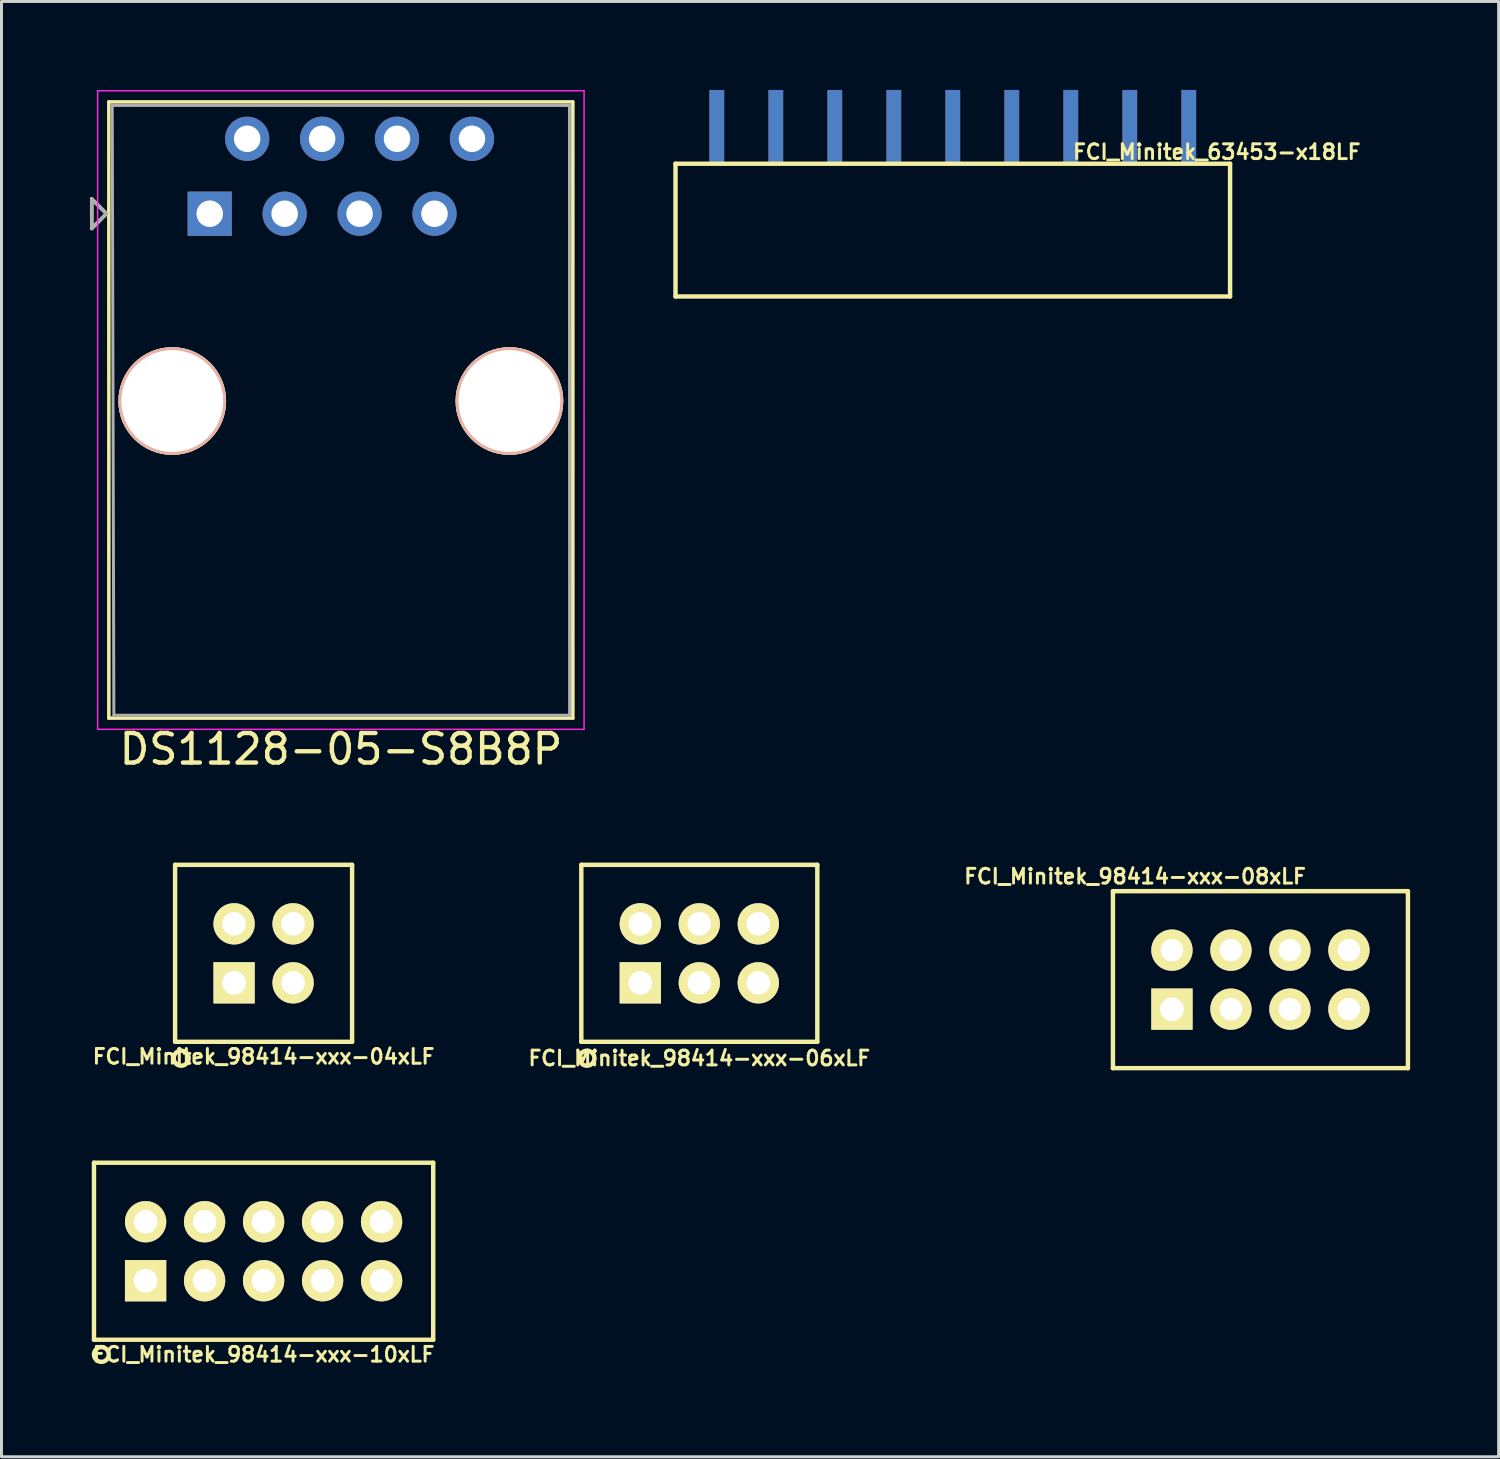
<source format=kicad_pcb>
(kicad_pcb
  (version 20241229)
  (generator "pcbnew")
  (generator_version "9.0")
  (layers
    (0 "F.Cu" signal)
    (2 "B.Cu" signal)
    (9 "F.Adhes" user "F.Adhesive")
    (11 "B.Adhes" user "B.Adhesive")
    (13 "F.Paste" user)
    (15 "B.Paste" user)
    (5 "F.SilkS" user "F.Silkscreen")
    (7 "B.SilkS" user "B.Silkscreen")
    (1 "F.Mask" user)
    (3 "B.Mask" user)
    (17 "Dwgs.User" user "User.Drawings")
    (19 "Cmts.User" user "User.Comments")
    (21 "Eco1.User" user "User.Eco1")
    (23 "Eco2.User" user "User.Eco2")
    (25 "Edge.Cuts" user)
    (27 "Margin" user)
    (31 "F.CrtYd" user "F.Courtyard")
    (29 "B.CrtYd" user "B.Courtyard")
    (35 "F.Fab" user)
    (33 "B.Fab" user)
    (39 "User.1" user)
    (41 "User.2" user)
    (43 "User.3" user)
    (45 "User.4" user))
  (footprint "DS1128-05-S8B8P"
    (layer "F.Cu")
    (at 4.06 4.195)
    (property "Reference" "DS1128-05-S8B8P" (at 4.45 18.15 0) (layer "F.SilkS") (effects (font (size 1 1) (thickness 0.15))))
    (attr through_hole)
    (fp_line (start -4 -0.5) (end -4 0.5) (stroke (width 0.12) (type solid)) (layer "F.SilkS"))
    (fp_line (start -4 0.5) (end -3.5 0) (stroke (width 0.12) (type solid)) (layer "F.SilkS"))
    (fp_line (start -3.5 0) (end -4 -0.5) (stroke (width 0.12) (type solid)) (layer "F.SilkS"))
    (fp_line (start -3.42 -3.79) (end -3.42 17.1) (stroke (width 0.12) (type solid)) (layer "F.SilkS"))
    (fp_line (start 12.3 -3.79) (end -3.42 -3.79) (stroke (width 0.12) (type solid)) (layer "F.SilkS"))
    (fp_line (start 12.31 -3.79) (end 12.31 17.1) (stroke (width 0.12) (type solid)) (layer "F.SilkS"))
    (fp_line (start 12.31 17.1) (end -3.42 17.1) (stroke (width 0.12) (type solid)) (layer "F.SilkS"))
    (fp_line (start -3.8 -4.17) (end -3.8 17.48) (stroke (width 0.05) (type solid)) (layer "F.CrtYd"))
    (fp_line (start -3.8 -4.17) (end 12.69 -4.17) (stroke (width 0.05) (type solid)) (layer "F.CrtYd"))
    (fp_line (start -3.8 17.48) (end 12.69 17.48) (stroke (width 0.05) (type solid)) (layer "F.CrtYd"))
    (fp_line (start 12.69 -4.17) (end 12.69 17.48) (stroke (width 0.05) (type solid)) (layer "F.CrtYd"))
    (fp_line (start -4 -0.5) (end -4 0.5) (stroke (width 0.12) (type solid)) (layer "F.Fab"))
    (fp_line (start -4 0.5) (end -3.5 0) (stroke (width 0.12) (type solid)) (layer "F.Fab"))
    (fp_line (start -3.5 0) (end -4 -0.5) (stroke (width 0.12) (type solid)) (layer "F.Fab"))
    (fp_line (start -3.305 -3.67) (end -3.25 17) (stroke (width 0.1) (type solid)) (layer "F.Fab"))
    (fp_line (start 12.195 -3.67) (end -3.305 -3.67) (stroke (width 0.1) (type solid)) (layer "F.Fab"))
    (fp_line (start 12.195 -3.67) (end 12.2 17) (stroke (width 0.1) (type solid)) (layer "F.Fab"))
    (fp_line (start 12.2 17) (end -3.25 17) (stroke (width 0.1) (type solid)) (layer "F.Fab"))
    (pad "" np_thru_hole circle (at -1.27 6.35) (size 3.65 3.65) (drill 3.45) (layers "*.Cu" "*.SilkS" "*.Mask"))
    (pad "" np_thru_hole circle (at 10.16 6.35) (size 3.65 3.65) (drill 3.45) (layers "*.Cu" "*.SilkS" "*.Mask"))
    (pad "1" thru_hole rect (at 0 0) (size 1.5 1.5) (drill 0.9) (layers "*.Cu" "*.Mask"))
    (pad "2" thru_hole circle (at 1.27 -2.54) (size 1.5 1.5) (drill 0.9) (layers "*.Cu" "*.Mask"))
    (pad "3" thru_hole circle (at 2.54 0) (size 1.5 1.5) (drill 0.9) (layers "*.Cu" "*.Mask"))
    (pad "4" thru_hole circle (at 3.81 -2.54) (size 1.5 1.5) (drill 0.9) (layers "*.Cu" "*.Mask"))
    (pad "5" thru_hole circle (at 5.08 0) (size 1.5 1.5) (drill 0.9) (layers "*.Cu" "*.Mask"))
    (pad "6" thru_hole circle (at 6.35 -2.54) (size 1.5 1.5) (drill 0.9) (layers "*.Cu" "*.Mask"))
    (pad "7" thru_hole circle (at 7.62 0) (size 1.5 1.5) (drill 0.9) (layers "*.Cu" "*.Mask"))
    (pad "8" thru_hole circle (at 8.89 -2.54) (size 1.5 1.5) (drill 0.9) (layers "*.Cu" "*.Mask")))
  (footprint "FCI_Minitek_63453-x18LF"
    (layer "F.Cu")
    (at 29.25 2.5)
    (property "Reference" "FCI_Minitek_63453-x18LF" (at 8.95 -0.4 0) (layer "F.SilkS") (effects (font (size 0.5 0.5) (thickness 0.1))))
    (attr through_hole)
    (fp_line (start -9.4 0) (end 9.4 0) (stroke (width 0.15) (type solid)) (layer "F.SilkS"))
    (fp_line (start -9.4 4.5) (end -9.4 0) (stroke (width 0.15) (type solid)) (layer "F.SilkS"))
    (fp_line (start -9.4 4.5) (end 9.4 4.5) (stroke (width 0.15) (type solid)) (layer "F.SilkS"))
    (fp_line (start 9.4 4.5) (end 9.4 0) (stroke (width 0.15) (type solid)) (layer "F.SilkS"))
    (pad "1" smd rect (at 8 -1.25) (size 0.5 2.5) (layers "F.Mask" "B.Cu" "F.Paste"))
    (pad "2" smd rect (at 8 -1.25) (size 0.5 2.5) (layers "F.Cu" "F.Mask" "F.Paste"))
    (pad "3" smd rect (at 6 -1.25) (size 0.5 2.5) (layers "F.Mask" "B.Cu" "F.Paste"))
    (pad "4" smd rect (at 6 -1.25) (size 0.5 2.5) (layers "F.Cu" "F.Mask" "F.Paste"))
    (pad "5" smd rect (at 4 -1.25) (size 0.5 2.5) (layers "F.Mask" "B.Cu" "F.Paste"))
    (pad "6" smd rect (at 4 -1.25) (size 0.5 2.5) (layers "F.Cu" "F.Mask" "F.Paste"))
    (pad "7" smd rect (at 2 -1.25) (size 0.5 2.5) (layers "F.Mask" "B.Cu" "F.Paste"))
    (pad "8" smd rect (at 2 -1.25) (size 0.5 2.5) (layers "F.Cu" "F.Mask" "F.Paste"))
    (pad "9" smd rect (at 0 -1.25) (size 0.5 2.5) (layers "F.Mask" "B.Cu" "F.Paste"))
    (pad "10" smd rect (at 0 -1.25) (size 0.5 2.5) (layers "F.Cu" "F.Mask" "F.Paste"))
    (pad "11" smd rect (at -2 -1.25) (size 0.5 2.5) (layers "F.Mask" "B.Cu" "F.Paste"))
    (pad "12" smd rect (at -2 -1.25) (size 0.5 2.5) (layers "F.Cu" "F.Mask" "F.Paste"))
    (pad "13" smd rect (at -4 -1.25) (size 0.5 2.5) (layers "F.Mask" "B.Cu" "F.Paste"))
    (pad "14" smd rect (at -4 -1.25) (size 0.5 2.5) (layers "F.Cu" "F.Mask" "F.Paste"))
    (pad "15" smd rect (at -6 -1.25) (size 0.5 2.5) (layers "F.Mask" "B.Cu" "F.Paste"))
    (pad "16" smd rect (at -6 -1.25) (size 0.5 2.5) (layers "F.Cu" "F.Mask" "F.Paste"))
    (pad "17" smd rect (at -8 -1.25) (size 0.5 2.5) (layers "F.Mask" "B.Cu" "F.Paste"))
    (pad "18" smd rect (at -8 -1.25) (size 0.5 2.5) (layers "F.Cu" "F.Mask" "F.Paste")))
  (footprint "FCI_Minitek_98414-xxx-04xLF"
    (layer "F.Cu")
    (at 5.886 29.268)
    (property "Reference" "FCI_Minitek_98414-xxx-04xLF" (at 0 3.5 0) (layer "F.SilkS") (effects (font (size 0.5 0.5) (thickness 0.1))))
    (attr through_hole)
    (fp_line (start -3 -3) (end -3 3) (stroke (width 0.15) (type solid)) (layer "F.SilkS"))
    (fp_line (start -3 3) (end 3 3) (stroke (width 0.15) (type solid)) (layer "F.SilkS"))
    (fp_line (start 3 -3) (end -3 -3) (stroke (width 0.15) (type solid)) (layer "F.SilkS"))
    (fp_line (start 3 3) (end 3 -3) (stroke (width 0.15) (type solid)) (layer "F.SilkS"))
    (fp_circle (center -2.794 3.556) (end -2.794 3.302) (stroke (width 0.15) (type solid)) (fill no) (layer "F.SilkS"))
    (pad "1" thru_hole rect (at -1 1) (size 1.4 1.4) (drill 0.8) (layers "*.Cu" "*.Mask" "F.SilkS"))
    (pad "2" thru_hole circle (at -1 -1) (size 1.4 1.4) (drill 0.8) (layers "*.Cu" "*.Mask" "F.SilkS"))
    (pad "3" thru_hole circle (at 1 1) (size 1.4 1.4) (drill 0.8) (layers "*.Cu" "*.Mask" "F.SilkS"))
    (pad "4" thru_hole circle (at 1 -1) (size 1.4 1.4) (drill 0.8) (layers "*.Cu" "*.Mask" "F.SilkS")))
  (footprint "FCI_Minitek_98414-xxx-10xLF"
    (layer "F.Cu")
    (at 5.886 39.367)
    (property "Reference" "FCI_Minitek_98414-xxx-10xLF" (at 0 3.5 0) (layer "F.SilkS") (effects (font (size 0.5 0.5) (thickness 0.1))))
    (attr through_hole)
    (fp_line (start -5.75 -3) (end 5.75 -3) (stroke (width 0.15) (type solid)) (layer "F.SilkS"))
    (fp_line (start -5.75 3) (end -5.75 -3) (stroke (width 0.15) (type solid)) (layer "F.SilkS"))
    (fp_line (start -5.75 3) (end 5.75 3) (stroke (width 0.15) (type solid)) (layer "F.SilkS"))
    (fp_line (start 5.75 3) (end 5.75 -3) (stroke (width 0.15) (type solid)) (layer "F.SilkS"))
    (fp_circle (center -5.5 3.5) (end -5.5 3.25) (stroke (width 0.15) (type solid)) (fill no) (layer "F.SilkS"))
    (pad "1" thru_hole rect (at -4 1 180) (size 1.4 1.4) (drill 0.8) (layers "*.Cu" "*.Mask" "F.SilkS"))
    (pad "2" thru_hole circle (at -4 -1 180) (size 1.4 1.4) (drill 0.8) (layers "*.Cu" "*.Mask" "F.SilkS"))
    (pad "3" thru_hole circle (at -2 1 180) (size 1.4 1.4) (drill 0.8) (layers "*.Cu" "*.Mask" "F.SilkS"))
    (pad "4" thru_hole circle (at -2 -1 180) (size 1.4 1.4) (drill 0.8) (layers "*.Cu" "*.Mask" "F.SilkS"))
    (pad "5" thru_hole circle (at 0 1 180) (size 1.4 1.4) (drill 0.8) (layers "*.Cu" "*.Mask" "F.SilkS"))
    (pad "6" thru_hole circle (at 0 -1 180) (size 1.4 1.4) (drill 0.8) (layers "*.Cu" "*.Mask" "F.SilkS"))
    (pad "7" thru_hole circle (at 2 1 180) (size 1.4 1.4) (drill 0.8) (layers "*.Cu" "*.Mask" "F.SilkS"))
    (pad "8" thru_hole circle (at 2 -1 180) (size 1.4 1.4) (drill 0.8) (layers "*.Cu" "*.Mask" "F.SilkS"))
    (pad "9" thru_hole circle (at 4 1 180) (size 1.4 1.4) (drill 0.8) (layers "*.Cu" "*.Mask" "F.SilkS"))
    (pad "10" thru_hole circle (at 4 -1 180) (size 1.4 1.4) (drill 0.8) (layers "*.Cu" "*.Mask" "F.SilkS")))
  (footprint "FCI_Minitek_98414-xxx-06xLF"
    (layer "F.Cu")
    (at 20.657 29.268)
    (property "Reference" "FCI_Minitek_98414-xxx-06xLF" (at 0 3.556 0) (layer "F.SilkS") (effects (font (size 0.5 0.5) (thickness 0.1))))
    (attr through_hole)
    (fp_line (start -4 3) (end -4 -3) (stroke (width 0.15) (type solid)) (layer "F.SilkS"))
    (fp_line (start -4 3) (end 4 3) (stroke (width 0.15) (type solid)) (layer "F.SilkS"))
    (fp_line (start 4 -3) (end -4 -3) (stroke (width 0.15) (type solid)) (layer "F.SilkS"))
    (fp_line (start 4 3) (end 4 -3) (stroke (width 0.15) (type solid)) (layer "F.SilkS"))
    (fp_circle (center -3.81 3.556) (end -3.81 3.302) (stroke (width 0.15) (type solid)) (fill no) (layer "F.SilkS"))
    (pad "1" thru_hole rect (at -2 1 180) (size 1.4 1.4) (drill 0.8) (layers "*.Cu" "*.Mask" "F.SilkS"))
    (pad "2" thru_hole circle (at -2 -1 180) (size 1.4 1.4) (drill 0.8) (layers "*.Cu" "*.Mask" "F.SilkS"))
    (pad "3" thru_hole circle (at 0 1 180) (size 1.4 1.4) (drill 0.8) (layers "*.Cu" "*.Mask" "F.SilkS"))
    (pad "4" thru_hole circle (at 0 -1 180) (size 1.4 1.4) (drill 0.8) (layers "*.Cu" "*.Mask" "F.SilkS"))
    (pad "5" thru_hole circle (at 2 1 180) (size 1.4 1.4) (drill 0.8) (layers "*.Cu" "*.Mask" "F.SilkS"))
    (pad "6" thru_hole circle (at 2 -1 180) (size 1.4 1.4) (drill 0.8) (layers "*.Cu" "*.Mask" "F.SilkS")))
  (footprint "FCI_Minitek_98414-xxx-08xLF"
    (layer "F.Cu")
    (at 39.679 30.161)
    (property "Reference" "FCI_Minitek_98414-xxx-08xLF" (at -4.25 -3.5 0) (layer "F.SilkS") (effects (font (size 0.5 0.5) (thickness 0.1))))
    (attr through_hole)
    (fp_line (start -5 -3) (end 5 -3) (stroke (width 0.15) (type solid)) (layer "F.SilkS"))
    (fp_line (start -5 3) (end -5 -3) (stroke (width 0.15) (type solid)) (layer "F.SilkS"))
    (fp_line (start 5 -3) (end 5 3) (stroke (width 0.15) (type solid)) (layer "F.SilkS"))
    (fp_line (start 5 3) (end -5 3) (stroke (width 0.15) (type solid)) (layer "F.SilkS"))
    (pad "1" thru_hole rect (at -3 1 180) (size 1.4 1.4) (drill 0.8) (layers "*.Cu" "*.Mask" "F.SilkS"))
    (pad "2" thru_hole circle (at -3 -1) (size 1.4 1.4) (drill 0.762) (layers "*.Cu" "*.Mask" "F.SilkS"))
    (pad "3" thru_hole circle (at -1 1) (size 1.4 1.4) (drill 0.762) (layers "*.Cu" "*.Mask" "F.SilkS"))
    (pad "4" thru_hole circle (at -1 -1) (size 1.4 1.4) (drill 0.762) (layers "*.Cu" "*.Mask" "F.SilkS"))
    (pad "5" thru_hole circle (at 1 1) (size 1.4 1.4) (drill 0.762) (layers "*.Cu" "*.Mask" "F.SilkS"))
    (pad "6" thru_hole circle (at 1 -1) (size 1.4 1.4) (drill 0.762) (layers "*.Cu" "*.Mask" "F.SilkS"))
    (pad "7" thru_hole circle (at 3 1) (size 1.4 1.4) (drill 0.762) (layers "*.Cu" "*.Mask" "F.SilkS"))
    (pad "8" thru_hole circle (at 3 -1) (size 1.4 1.4) (drill 0.762) (layers "*.Cu" "*.Mask" "F.SilkS")))
  (gr_rect
    (start -3 -3)
    (end 47.754 46.335)
    (stroke (width 0.1) (type default))
    (fill no)
    (layer "Edge.Cuts")))
</source>
